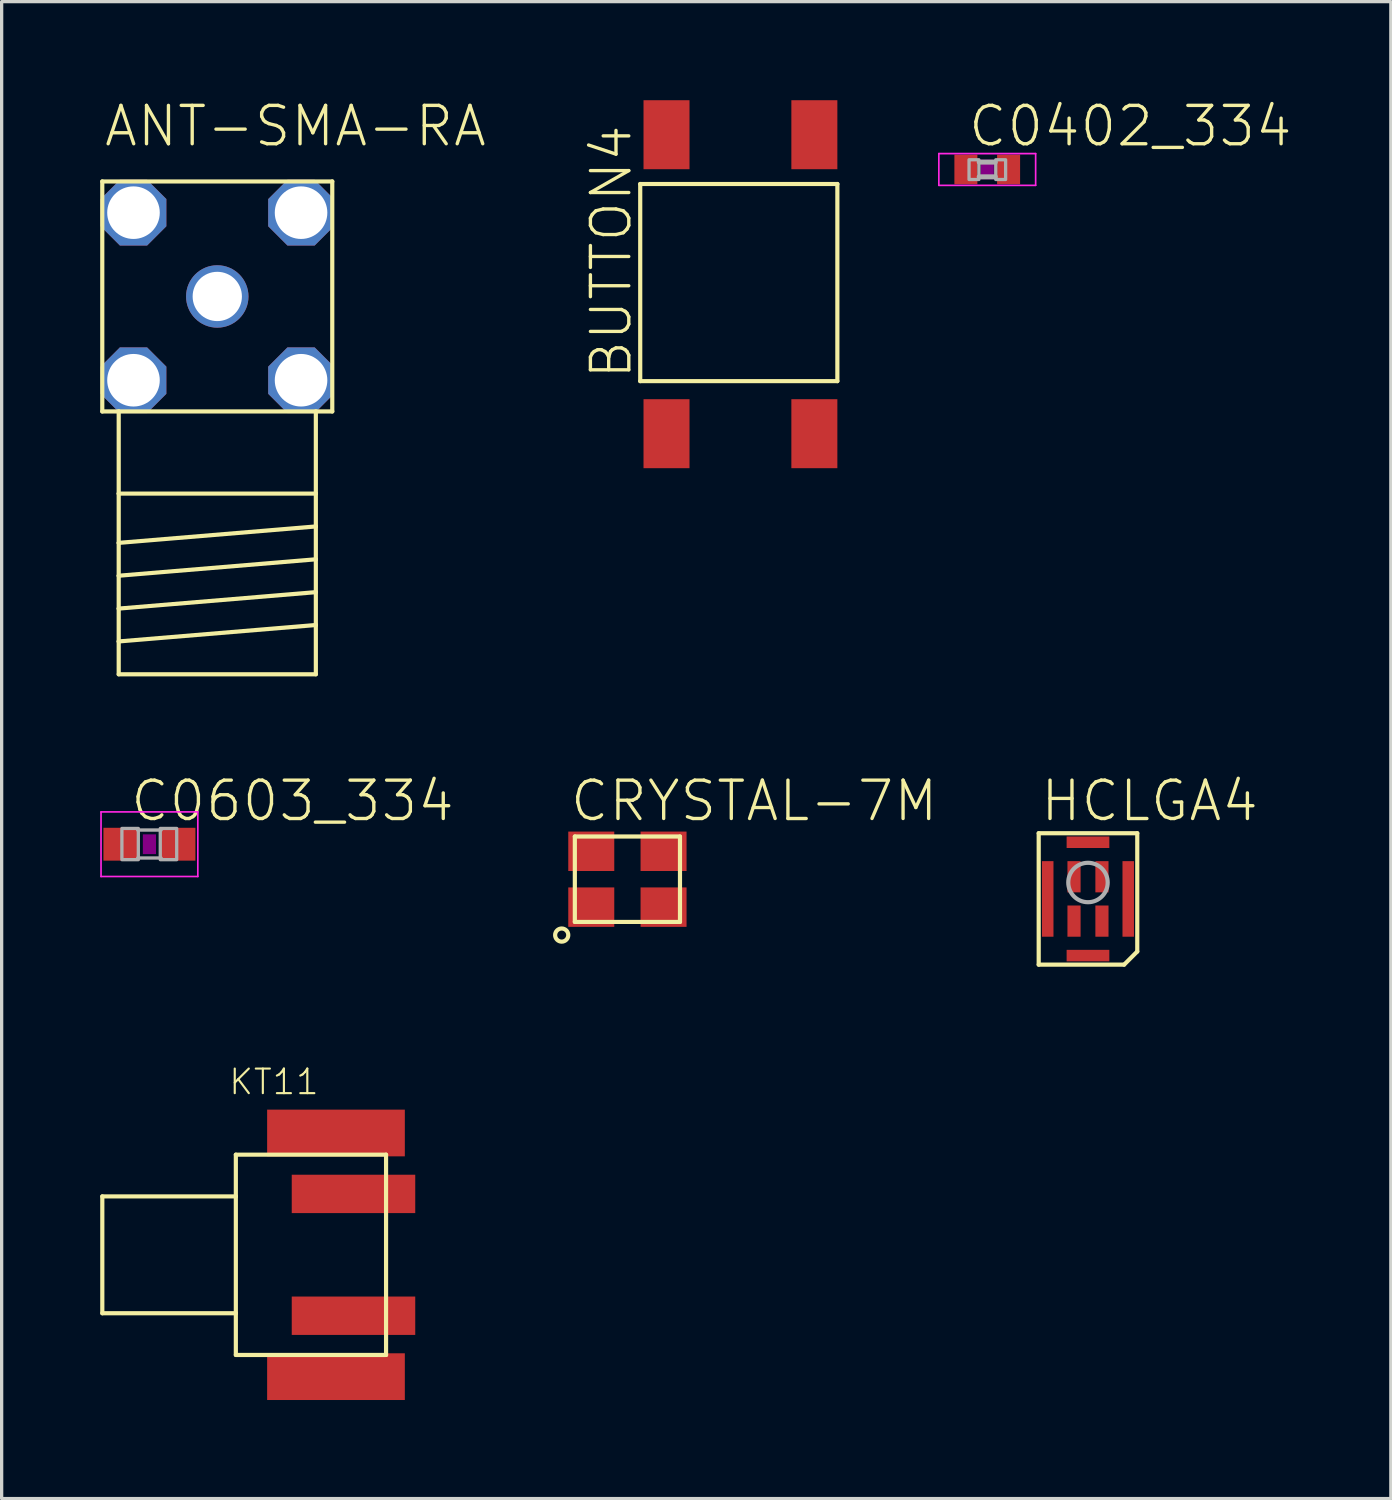
<source format=kicad_pcb>
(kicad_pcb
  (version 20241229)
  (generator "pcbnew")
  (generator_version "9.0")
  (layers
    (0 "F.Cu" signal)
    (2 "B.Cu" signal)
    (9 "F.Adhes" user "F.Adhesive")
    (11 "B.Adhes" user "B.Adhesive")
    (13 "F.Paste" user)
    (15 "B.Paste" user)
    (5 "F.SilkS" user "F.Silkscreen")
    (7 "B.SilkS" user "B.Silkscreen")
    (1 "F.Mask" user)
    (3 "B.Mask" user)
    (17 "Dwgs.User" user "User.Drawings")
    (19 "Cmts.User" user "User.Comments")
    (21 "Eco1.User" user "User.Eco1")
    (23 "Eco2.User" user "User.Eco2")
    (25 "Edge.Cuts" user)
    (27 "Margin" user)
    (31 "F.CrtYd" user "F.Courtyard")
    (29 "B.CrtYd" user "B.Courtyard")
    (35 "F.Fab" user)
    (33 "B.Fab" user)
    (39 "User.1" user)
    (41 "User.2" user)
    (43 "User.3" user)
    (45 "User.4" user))
  (footprint "BUTTON4"
    (layer "F.Cu")
    (at 17.236 10.15)
    (property "Reference" "BUTTON4" (at -1 -1.6 90) (unlocked yes) (layer "F.SilkS") (effects (font (size 1.168 1.168) (thickness 0.102)) (justify left bottom)))
    (fp_line (start -0.8 -7.6) (end -0.8 -1.6) (stroke (width 0.127) (type solid)) (layer "F.SilkS"))
    (fp_line (start -0.8 -1.6) (end 5.2 -1.6) (stroke (width 0.127) (type solid)) (layer "F.SilkS"))
    (fp_line (start 5.2 -7.6) (end -0.8 -7.6) (stroke (width 0.127) (type solid)) (layer "F.SilkS"))
    (fp_line (start 5.2 -1.6) (end 5.2 -7.6) (stroke (width 0.127) (type solid)) (layer "F.SilkS"))
    (pad "1" smd rect (at 4.5 -9.1 90) (size 2.1 1.4) (layers "F.Cu" "F.Mask" "F.Paste"))
    (pad "2" smd rect (at 4.5 0 90) (size 2.1 1.4) (layers "F.Cu" "F.Mask" "F.Paste"))
    (pad "3" smd rect (at 0 -9.1 90) (size 2.1 1.4) (layers "F.Cu" "F.Mask" "F.Paste"))
    (pad "4" smd rect (at 0 0 90) (size 2.1 1.4) (layers "F.Cu" "F.Mask" "F.Paste")))
  (footprint "ANT-SMA-RA"
    (layer "F.Cu")
    (at 3.563 5.973)
    (property "Reference" "ANT-SMA-RA" (at -3.5 -4.5 0) (unlocked yes) (layer "F.SilkS") (effects (font (size 1.168 1.168) (thickness 0.102)) (justify left bottom)))
    (fp_line (start -3.5 -3.5) (end -3.5 3.5) (stroke (width 0.127) (type solid)) (layer "F.SilkS"))
    (fp_line (start -3.5 3.5) (end -3 3.5) (stroke (width 0.127) (type solid)) (layer "F.SilkS"))
    (fp_line (start -3 3.5) (end -3 6) (stroke (width 0.127) (type solid)) (layer "F.SilkS"))
    (fp_line (start -3 3.5) (end 3 3.5) (stroke (width 0.127) (type solid)) (layer "F.SilkS"))
    (fp_line (start -3 6) (end -3 7.5) (stroke (width 0.127) (type solid)) (layer "F.SilkS"))
    (fp_line (start -3 6) (end 3 6) (stroke (width 0.127) (type solid)) (layer "F.SilkS"))
    (fp_line (start -3 7.5) (end -3 8.5) (stroke (width 0.127) (type solid)) (layer "F.SilkS"))
    (fp_line (start -3 7.5) (end 3 7) (stroke (width 0.127) (type solid)) (layer "F.SilkS"))
    (fp_line (start -3 8.5) (end -3 9.5) (stroke (width 0.127) (type solid)) (layer "F.SilkS"))
    (fp_line (start -3 8.5) (end 3 8) (stroke (width 0.127) (type solid)) (layer "F.SilkS"))
    (fp_line (start -3 9.5) (end -3 10.5) (stroke (width 0.127) (type solid)) (layer "F.SilkS"))
    (fp_line (start -3 9.5) (end 3 9) (stroke (width 0.127) (type solid)) (layer "F.SilkS"))
    (fp_line (start -3 10.5) (end -3 11.5) (stroke (width 0.127) (type solid)) (layer "F.SilkS"))
    (fp_line (start -3 10.5) (end 3 10) (stroke (width 0.127) (type solid)) (layer "F.SilkS"))
    (fp_line (start -3 11.5) (end 3 11.5) (stroke (width 0.127) (type solid)) (layer "F.SilkS"))
    (fp_line (start 3 3.5) (end 3.5 3.5) (stroke (width 0.127) (type solid)) (layer "F.SilkS"))
    (fp_line (start 3 6) (end 3 3.5) (stroke (width 0.127) (type solid)) (layer "F.SilkS"))
    (fp_line (start 3 7) (end 3 6) (stroke (width 0.127) (type solid)) (layer "F.SilkS"))
    (fp_line (start 3 8) (end 3 7) (stroke (width 0.127) (type solid)) (layer "F.SilkS"))
    (fp_line (start 3 9) (end 3 8) (stroke (width 0.127) (type solid)) (layer "F.SilkS"))
    (fp_line (start 3 10) (end 3 9) (stroke (width 0.127) (type solid)) (layer "F.SilkS"))
    (fp_line (start 3 11.5) (end 3 10) (stroke (width 0.127) (type solid)) (layer "F.SilkS"))
    (fp_line (start 3.5 -3.5) (end -3.5 -3.5) (stroke (width 0.127) (type solid)) (layer "F.SilkS"))
    (fp_line (start 3.5 3.5) (end 3.5 -3.5) (stroke (width 0.127) (type solid)) (layer "F.SilkS"))
    (pad "C" thru_hole circle (at 0 0) (size 1.9 1.9) (drill 1.5) (layers "*.Cu" "*.Mask"))
    (pad "GND1" thru_hole roundrect (at -2.55 -2.55) (size 2 2) (drill 1.6) (layers "*.Cu" "*.Mask") (roundrect_rratio 0.25) (chamfer_ratio 0.293) (chamfer top_left top_right bottom_left bottom_right))
    (pad "GND2" thru_hole roundrect (at 2.55 -2.55) (size 2 2) (drill 1.6) (layers "*.Cu" "*.Mask") (roundrect_rratio 0.25) (chamfer_ratio 0.293) (chamfer top_left top_right bottom_left bottom_right))
    (pad "GND3" thru_hole roundrect (at 2.55 2.55) (size 2 2) (drill 1.6) (layers "*.Cu" "*.Mask") (roundrect_rratio 0.25) (chamfer_ratio 0.293) (chamfer top_left top_right bottom_left bottom_right))
    (pad "GND4" thru_hole roundrect (at -2.55 2.55) (size 2 2) (drill 1.6) (layers "*.Cu" "*.Mask") (roundrect_rratio 0.25) (chamfer_ratio 0.293) (chamfer top_left top_right bottom_left bottom_right)))
  (footprint "KT11"
    (layer "F.Cu")
    (at 4.128 35.142)
    (property "Reference" "KT11" (at -0.254 -4.826 0) (unlocked yes) (layer "F.SilkS") (effects (font (size 0.748 0.748) (thickness 0.065)) (justify left bottom)))
    (fp_line (start -4.064 -1.778) (end -4.064 1.778) (stroke (width 0.127) (type solid)) (layer "F.SilkS"))
    (fp_line (start -4.064 1.778) (end 0 1.778) (stroke (width 0.127) (type solid)) (layer "F.SilkS"))
    (fp_line (start 0 -3.048) (end 0 -1.778) (stroke (width 0.127) (type solid)) (layer "F.SilkS"))
    (fp_line (start 0 -3.048) (end 4.572 -3.048) (stroke (width 0.127) (type solid)) (layer "F.SilkS"))
    (fp_line (start 0 -1.778) (end -4.064 -1.778) (stroke (width 0.127) (type solid)) (layer "F.SilkS"))
    (fp_line (start 0 -1.778) (end 0 1.778) (stroke (width 0.127) (type solid)) (layer "F.SilkS"))
    (fp_line (start 0 1.778) (end 0 3.048) (stroke (width 0.127) (type solid)) (layer "F.SilkS"))
    (fp_line (start 0 3.048) (end 4.572 3.048) (stroke (width 0.127) (type solid)) (layer "F.SilkS"))
    (fp_line (start 4.572 3.048) (end 4.572 -3.048) (stroke (width 0.127) (type solid)) (layer "F.SilkS"))
    (pad "1" smd rect (at 3.581 -1.854) (size 3.759 1.168) (layers "F.Cu" "F.Mask" "F.Paste"))
    (pad "2" smd rect (at 3.581 1.854) (size 3.759 1.168) (layers "F.Cu" "F.Mask" "F.Paste"))
    (pad "MNT1" smd rect (at 3.048 -3.708) (size 4.191 1.422) (layers "F.Cu" "F.Mask" "F.Paste"))
    (pad "MNT2" smd rect (at 3.048 3.708) (size 4.191 1.422) (layers "F.Cu" "F.Mask" "F.Paste")))
  (footprint "HCLGA4"
    (layer "F.Cu")
    (at 30.064 24.31)
    (property "Reference" "HCLGA4" (at -1.5 -2.3 0) (unlocked yes) (layer "F.SilkS") (effects (font (size 1.168 1.168) (thickness 0.102)) (justify left bottom)))
    (fp_line (start -1.5 -2) (end 1.5 -2) (stroke (width 0.127) (type solid)) (layer "F.SilkS"))
    (fp_line (start -1.5 2) (end -1.5 -2) (stroke (width 0.127) (type solid)) (layer "F.SilkS"))
    (fp_line (start 1.1 2) (end -1.5 2) (stroke (width 0.127) (type solid)) (layer "F.SilkS"))
    (fp_line (start 1.5 -2) (end 1.5 1.6) (stroke (width 0.127) (type solid)) (layer "F.SilkS"))
    (fp_line (start 1.5 1.6) (end 1.1 2) (stroke (width 0.127) (type solid)) (layer "F.SilkS"))
    (fp_circle (center 0 -0.5) (end 0.6 -0.5) (stroke (width 0.127) (type solid)) (fill no) (layer "F.Fab"))
    (pad "1" smd rect (at 0.425 0.675) (size 0.4 0.95) (layers "F.Cu" "F.Mask" "F.Paste"))
    (pad "2" smd rect (at 0.425 -0.675) (size 0.4 0.95) (layers "F.Cu" "F.Mask" "F.Paste"))
    (pad "3" smd rect (at -0.425 -0.675) (size 0.4 0.95) (layers "F.Cu" "F.Mask" "F.Paste"))
    (pad "4" smd rect (at -0.425 0.675) (size 0.4 0.95) (layers "F.Cu" "F.Mask" "F.Paste"))
    (pad "G1" smd rect (at 0 -1.725) (size 1.3 0.35) (layers "F.Cu" "F.Mask" "F.Paste"))
    (pad "G2" smd rect (at -1.225 0) (size 0.35 2.3) (layers "F.Cu" "F.Mask" "F.Paste"))
    (pad "G3" smd rect (at 1.225 0) (size 0.35 2.3) (layers "F.Cu" "F.Mask" "F.Paste"))
    (pad "G4" smd rect (at 0 1.725) (size 1.3 0.35) (layers "F.Cu" "F.Mask" "F.Paste")))
  (footprint "CRYSTAL-7M"
    (layer "F.Cu")
    (at 16.046 23.71)
    (property "Reference" "CRYSTAL-7M" (at -1.8 -1.7 0) (unlocked yes) (layer "F.SilkS") (effects (font (size 1.168 1.168) (thickness 0.102)) (justify left bottom)))
    (fp_poly (pts (xy -1.85 -0.2) (xy -0.35 -0.2) (xy -0.35 -1.5) (xy -1.85 -1.5)) (stroke (width 0) (type default)) (fill yes) (layer "F.Mask"))
    (fp_poly (pts (xy -1.85 1.5) (xy -0.35 1.5) (xy -0.35 0.2) (xy -1.85 0.2)) (stroke (width 0) (type default)) (fill yes) (layer "F.Mask"))
    (fp_poly (pts (xy 0.35 -0.2) (xy 1.85 -0.2) (xy 1.85 -1.5) (xy 0.35 -1.5)) (stroke (width 0) (type default)) (fill yes) (layer "F.Mask"))
    (fp_poly (pts (xy 0.35 1.5) (xy 1.85 1.5) (xy 1.85 0.2) (xy 0.35 0.2)) (stroke (width 0) (type default)) (fill yes) (layer "F.Mask"))
    (fp_line (start -1.6 -1.3) (end 1.6 -1.3) (stroke (width 0.127) (type solid)) (layer "F.SilkS"))
    (fp_line (start -1.6 1.3) (end -1.6 -1.3) (stroke (width 0.127) (type solid)) (layer "F.SilkS"))
    (fp_line (start 1.6 -1.3) (end 1.6 1.3) (stroke (width 0.127) (type solid)) (layer "F.SilkS"))
    (fp_line (start 1.6 1.3) (end -1.6 1.3) (stroke (width 0.127) (type solid)) (layer "F.SilkS"))
    (fp_circle (center -2 1.7) (end -1.8 1.7) (stroke (width 0.127) (type solid)) (fill no) (layer "F.SilkS"))
    (fp_poly (pts (xy -1.75 -0.3) (xy -0.45 -0.3) (xy -0.45 -1.4) (xy -1.75 -1.4)) (stroke (width 0) (type default)) (fill yes) (layer "F.Paste"))
    (fp_poly (pts (xy -1.75 1.4) (xy -0.45 1.4) (xy -0.45 0.3) (xy -1.75 0.3)) (stroke (width 0) (type default)) (fill yes) (layer "F.Paste"))
    (fp_poly (pts (xy 0.45 -0.3) (xy 1.75 -0.3) (xy 1.75 -1.4) (xy 0.45 -1.4)) (stroke (width 0) (type default)) (fill yes) (layer "F.Paste"))
    (fp_poly (pts (xy 0.45 1.4) (xy 1.75 1.4) (xy 1.75 0.3) (xy 0.45 0.3)) (stroke (width 0) (type default)) (fill yes) (layer "F.Paste"))
    (pad "1" smd rect (at -1.1 0.85) (size 1.4 1.2) (layers "F.Cu"))
    (pad "2" smd rect (at 1.1 0.85) (size 1.4 1.2) (layers "F.Cu"))
    (pad "3" smd rect (at 1.1 -0.85) (size 1.4 1.2) (layers "F.Cu"))
    (pad "4" smd rect (at -1.1 -0.85) (size 1.4 1.2) (layers "F.Cu")))
  (footprint "C0603_334"
    (layer "F.Cu")
    (at 1.498 22.645)
    (property "Reference" "C0603_334" (at -0.635 -0.635 0) (unlocked yes) (layer "F.SilkS") (effects (font (size 1.168 1.168) (thickness 0.102)) (justify left bottom)))
    (fp_poly (pts (xy -0.2 0.3) (xy 0.2 0.3) (xy 0.2 -0.3) (xy -0.2 -0.3)) (stroke (width 0) (type default)) (fill yes) (layer "F.Adhes"))
    (fp_line (start -1.473 -0.983) (end 1.473 -0.983) (stroke (width 0.051) (type solid)) (layer "F.CrtYd"))
    (fp_line (start -1.473 0.983) (end -1.473 -0.983) (stroke (width 0.051) (type solid)) (layer "F.CrtYd"))
    (fp_line (start 1.473 -0.983) (end 1.473 0.983) (stroke (width 0.051) (type solid)) (layer "F.CrtYd"))
    (fp_line (start 1.473 0.983) (end -1.473 0.983) (stroke (width 0.051) (type solid)) (layer "F.CrtYd"))
    (fp_line (start -0.356 -0.432) (end 0.356 -0.432) (stroke (width 0.102) (type solid)) (layer "F.Fab"))
    (fp_line (start -0.356 0.419) (end 0.356 0.419) (stroke (width 0.102) (type solid)) (layer "F.Fab"))
    (fp_poly (pts (xy -0.838 0.47) (xy -0.338 0.47) (xy -0.338 -0.48) (xy -0.838 -0.48)) (stroke (width 0.1) (type default)) (fill no) (layer "F.Fab"))
    (fp_poly (pts (xy 0.33 0.47) (xy 0.83 0.47) (xy 0.83 -0.48) (xy 0.33 -0.48)) (stroke (width 0.1) (type default)) (fill no) (layer "F.Fab"))
    (pad "1" smd rect (at -0.85 0) (size 1.1 1) (layers "F.Cu" "F.Mask" "F.Paste"))
    (pad "2" smd rect (at 0.85 0) (size 1.1 1) (layers "F.Cu" "F.Mask" "F.Paste")))
  (footprint "C0402_334"
    (layer "F.Cu")
    (at 26.998 2.108)
    (property "Reference" "C0402_334" (at -0.635 -0.635 0) (unlocked yes) (layer "F.SilkS") (effects (font (size 1.168 1.168) (thickness 0.102)) (justify left bottom)))
    (fp_poly (pts (xy -0.2 0.3) (xy 0.2 0.3) (xy 0.2 -0.3) (xy -0.2 -0.3)) (stroke (width 0) (type default)) (fill yes) (layer "F.Adhes"))
    (fp_line (start -1.473 -0.483) (end 1.473 -0.483) (stroke (width 0.051) (type solid)) (layer "F.CrtYd"))
    (fp_line (start -1.473 0.483) (end -1.473 -0.483) (stroke (width 0.051) (type solid)) (layer "F.CrtYd"))
    (fp_line (start 1.473 -0.483) (end 1.473 0.483) (stroke (width 0.051) (type solid)) (layer "F.CrtYd"))
    (fp_line (start 1.473 0.483) (end -1.473 0.483) (stroke (width 0.051) (type solid)) (layer "F.CrtYd"))
    (fp_line (start -0.245 -0.224) (end 0.245 -0.224) (stroke (width 0.152) (type solid)) (layer "F.Fab"))
    (fp_line (start 0.245 0.224) (end -0.245 0.224) (stroke (width 0.152) (type solid)) (layer "F.Fab"))
    (fp_poly (pts (xy -0.554 0.305) (xy -0.254 0.305) (xy -0.254 -0.295) (xy -0.554 -0.295)) (stroke (width 0.1) (type default)) (fill no) (layer "F.Fab"))
    (fp_poly (pts (xy 0.259 0.305) (xy 0.559 0.305) (xy 0.559 -0.295) (xy 0.259 -0.295)) (stroke (width 0.1) (type default)) (fill no) (layer "F.Fab"))
    (pad "1" smd rect (at -0.65 0) (size 0.7 0.9) (layers "F.Cu" "F.Mask" "F.Paste"))
    (pad "2" smd rect (at 0.65 0) (size 0.7 0.9) (layers "F.Cu" "F.Mask" "F.Paste")))
  (gr_rect
    (start -3 -3)
    (end 39.282 42.562)
    (stroke (width 0.1) (type default))
    (fill no)
    (layer "Edge.Cuts")))
</source>
